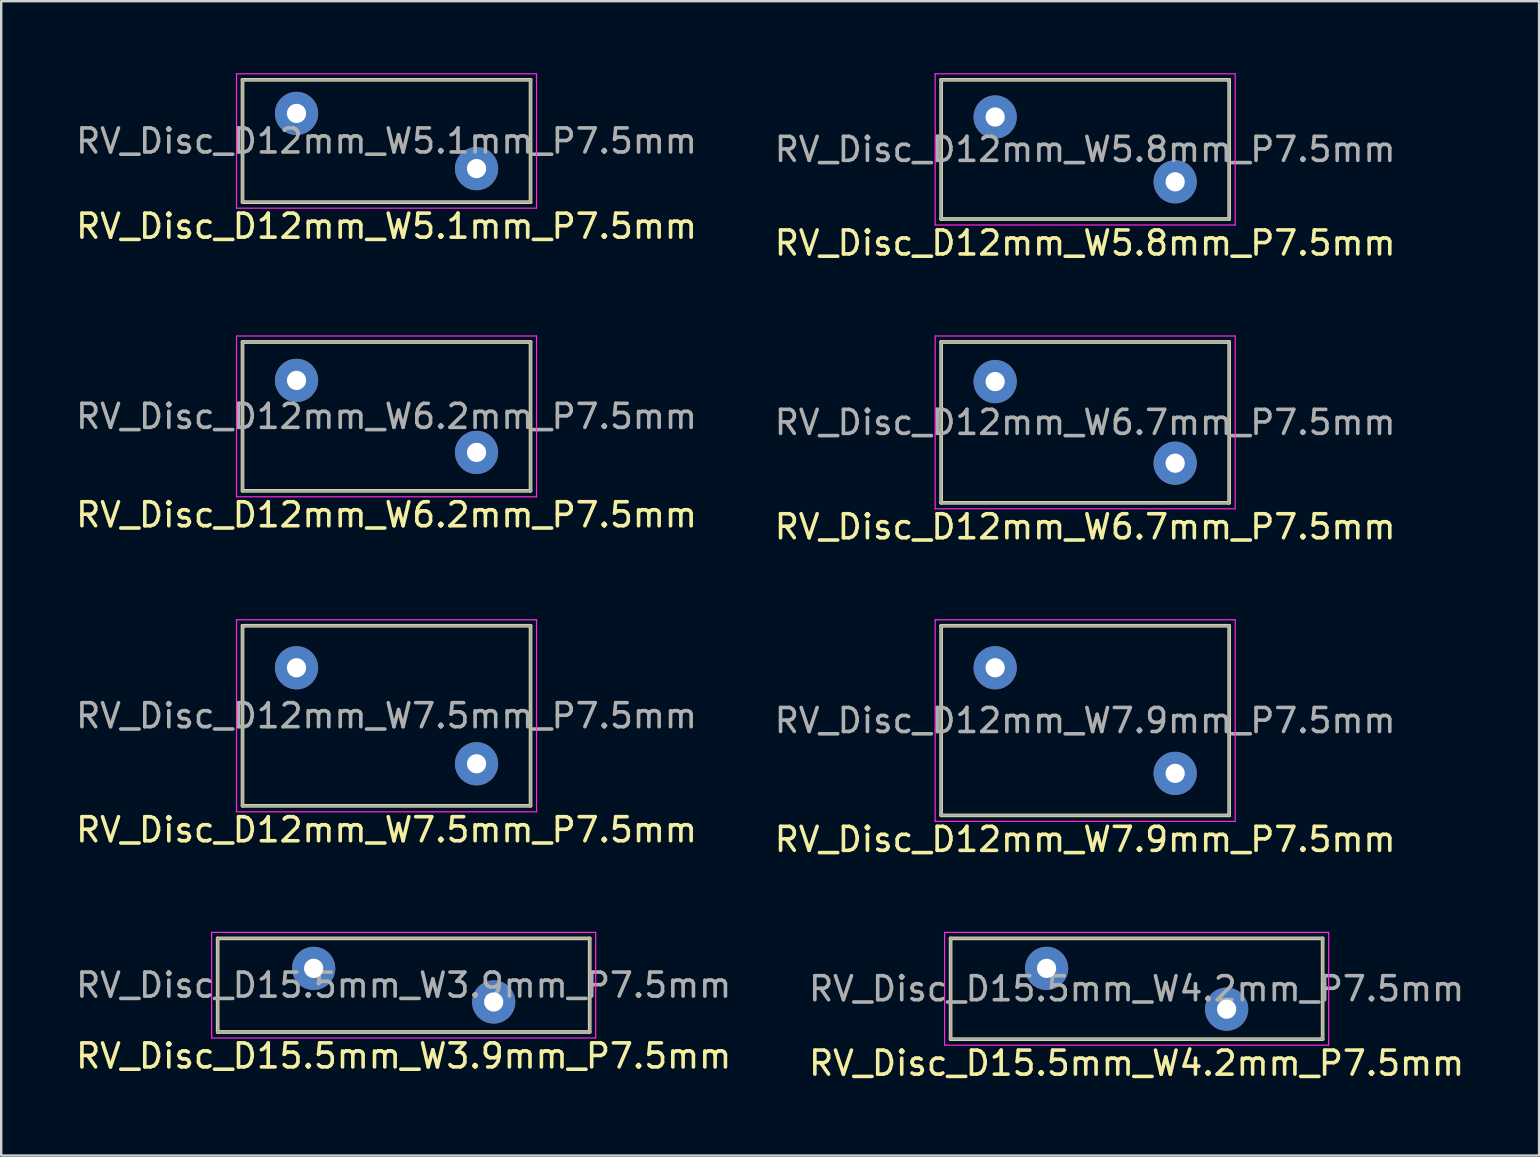
<source format=kicad_pcb>
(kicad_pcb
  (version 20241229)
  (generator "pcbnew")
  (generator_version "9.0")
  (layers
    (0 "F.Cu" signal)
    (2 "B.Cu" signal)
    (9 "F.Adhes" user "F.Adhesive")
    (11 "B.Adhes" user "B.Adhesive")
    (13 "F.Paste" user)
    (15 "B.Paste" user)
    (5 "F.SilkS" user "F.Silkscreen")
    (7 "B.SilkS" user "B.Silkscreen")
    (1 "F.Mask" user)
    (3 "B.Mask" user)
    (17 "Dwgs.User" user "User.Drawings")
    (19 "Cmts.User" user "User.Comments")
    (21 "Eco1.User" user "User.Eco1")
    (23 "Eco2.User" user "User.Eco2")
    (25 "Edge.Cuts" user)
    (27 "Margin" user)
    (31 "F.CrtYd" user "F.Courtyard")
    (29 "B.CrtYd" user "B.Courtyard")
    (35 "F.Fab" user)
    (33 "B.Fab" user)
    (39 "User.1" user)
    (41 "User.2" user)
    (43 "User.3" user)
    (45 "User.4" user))
  (footprint "RV_Disc_D12mm_W5.1mm_P7.5mm"
    (layer "F.Cu")
    (at 9.304 1.675)
    (property "Reference" "RV_Disc_D12mm_W5.1mm_P7.5mm" (at 3.75 4.7 0) (layer "F.SilkS") (effects (font (size 1 1) (thickness 0.15))))
    (attr through_hole)
    (fp_line (start -2.25 -1.4) (end -2.25 3.7) (stroke (width 0.15) (type solid)) (layer "F.SilkS"))
    (fp_line (start -2.25 -1.4) (end 9.75 -1.4) (stroke (width 0.15) (type solid)) (layer "F.SilkS"))
    (fp_line (start -2.25 3.7) (end 9.75 3.7) (stroke (width 0.15) (type solid)) (layer "F.SilkS"))
    (fp_line (start 9.75 -1.4) (end 9.75 3.7) (stroke (width 0.15) (type solid)) (layer "F.SilkS"))
    (fp_line (start -2.5 -1.65) (end -2.5 3.95) (stroke (width 0.05) (type solid)) (layer "F.CrtYd"))
    (fp_line (start -2.5 -1.65) (end 10 -1.65) (stroke (width 0.05) (type solid)) (layer "F.CrtYd"))
    (fp_line (start -2.5 3.95) (end 10 3.95) (stroke (width 0.05) (type solid)) (layer "F.CrtYd"))
    (fp_line (start 10 -1.65) (end 10 3.95) (stroke (width 0.05) (type solid)) (layer "F.CrtYd"))
    (fp_line (start -2.25 -1.4) (end -2.25 3.7) (stroke (width 0.1) (type solid)) (layer "F.Fab"))
    (fp_line (start -2.25 -1.4) (end 9.75 -1.4) (stroke (width 0.1) (type solid)) (layer "F.Fab"))
    (fp_line (start -2.25 3.7) (end 9.75 3.7) (stroke (width 0.1) (type solid)) (layer "F.Fab"))
    (fp_line (start 9.75 -1.4) (end 9.75 3.7) (stroke (width 0.1) (type solid)) (layer "F.Fab"))
    (fp_text user "${REFERENCE}" (at 3.75 1.15 0) (layer "F.Fab") (effects (font (size 1 1) (thickness 0.15))))
    (pad "1" thru_hole circle (at 0 0) (size 1.8 1.8) (drill 0.8) (layers "*.Cu" "*.Mask"))
    (pad "2" thru_hole circle (at 7.5 2.3) (size 1.8 1.8) (drill 0.8) (layers "*.Cu" "*.Mask")))
  (footprint "RV_Disc_D15.5mm_W3.9mm_P7.5mm"
    (layer "F.Cu")
    (at 10.018 37.295)
    (property "Reference" "RV_Disc_D15.5mm_W3.9mm_P7.5mm" (at 3.75 3.65 0) (layer "F.SilkS") (effects (font (size 1 1) (thickness 0.15))))
    (attr through_hole)
    (fp_line (start -4 -1.25) (end -4 2.65) (stroke (width 0.15) (type solid)) (layer "F.SilkS"))
    (fp_line (start -4 -1.25) (end 11.5 -1.25) (stroke (width 0.15) (type solid)) (layer "F.SilkS"))
    (fp_line (start -4 2.65) (end 11.5 2.65) (stroke (width 0.15) (type solid)) (layer "F.SilkS"))
    (fp_line (start 11.5 -1.25) (end 11.5 2.65) (stroke (width 0.15) (type solid)) (layer "F.SilkS"))
    (fp_line (start -4.25 -1.5) (end -4.25 2.9) (stroke (width 0.05) (type solid)) (layer "F.CrtYd"))
    (fp_line (start -4.25 -1.5) (end 11.75 -1.5) (stroke (width 0.05) (type solid)) (layer "F.CrtYd"))
    (fp_line (start -4.25 2.9) (end 11.75 2.9) (stroke (width 0.05) (type solid)) (layer "F.CrtYd"))
    (fp_line (start 11.75 -1.5) (end 11.75 2.9) (stroke (width 0.05) (type solid)) (layer "F.CrtYd"))
    (fp_line (start -4 -1.25) (end -4 2.65) (stroke (width 0.1) (type solid)) (layer "F.Fab"))
    (fp_line (start -4 -1.25) (end 11.5 -1.25) (stroke (width 0.1) (type solid)) (layer "F.Fab"))
    (fp_line (start -4 2.65) (end 11.5 2.65) (stroke (width 0.1) (type solid)) (layer "F.Fab"))
    (fp_line (start 11.5 -1.25) (end 11.5 2.65) (stroke (width 0.1) (type solid)) (layer "F.Fab"))
    (fp_text user "${REFERENCE}" (at 3.75 0.7 0) (layer "F.Fab") (effects (font (size 1 1) (thickness 0.15))))
    (pad "1" thru_hole circle (at 0 0) (size 1.8 1.8) (drill 0.8) (layers "*.Cu" "*.Mask"))
    (pad "2" thru_hole circle (at 7.5 1.4) (size 1.8 1.8) (drill 0.8) (layers "*.Cu" "*.Mask")))
  (footprint "RV_Disc_D12mm_W7.5mm_P7.5mm"
    (layer "F.Cu")
    (at 9.304 24.771)
    (property "Reference" "RV_Disc_D12mm_W7.5mm_P7.5mm" (at 3.75 6.75 0) (layer "F.SilkS") (effects (font (size 1 1) (thickness 0.15))))
    (attr through_hole)
    (fp_line (start -2.25 -1.75) (end -2.25 5.75) (stroke (width 0.15) (type solid)) (layer "F.SilkS"))
    (fp_line (start -2.25 -1.75) (end 9.75 -1.75) (stroke (width 0.15) (type solid)) (layer "F.SilkS"))
    (fp_line (start -2.25 5.75) (end 9.75 5.75) (stroke (width 0.15) (type solid)) (layer "F.SilkS"))
    (fp_line (start 9.75 -1.75) (end 9.75 5.75) (stroke (width 0.15) (type solid)) (layer "F.SilkS"))
    (fp_line (start -2.5 -2) (end -2.5 6) (stroke (width 0.05) (type solid)) (layer "F.CrtYd"))
    (fp_line (start -2.5 -2) (end 10 -2) (stroke (width 0.05) (type solid)) (layer "F.CrtYd"))
    (fp_line (start -2.5 6) (end 10 6) (stroke (width 0.05) (type solid)) (layer "F.CrtYd"))
    (fp_line (start 10 -2) (end 10 6) (stroke (width 0.05) (type solid)) (layer "F.CrtYd"))
    (fp_line (start -2.25 -1.75) (end -2.25 5.75) (stroke (width 0.1) (type solid)) (layer "F.Fab"))
    (fp_line (start -2.25 -1.75) (end 9.75 -1.75) (stroke (width 0.1) (type solid)) (layer "F.Fab"))
    (fp_line (start -2.25 5.75) (end 9.75 5.75) (stroke (width 0.1) (type solid)) (layer "F.Fab"))
    (fp_line (start 9.75 -1.75) (end 9.75 5.75) (stroke (width 0.1) (type solid)) (layer "F.Fab"))
    (fp_text user "${REFERENCE}" (at 3.75 2 0) (layer "F.Fab") (effects (font (size 1 1) (thickness 0.15))))
    (pad "1" thru_hole circle (at 0 0) (size 1.8 1.8) (drill 0.8) (layers "*.Cu" "*.Mask"))
    (pad "2" thru_hole circle (at 7.5 4) (size 1.8 1.8) (drill 0.8) (layers "*.Cu" "*.Mask")))
  (footprint "RV_Disc_D12mm_W6.2mm_P7.5mm"
    (layer "F.Cu")
    (at 9.304 12.798)
    (property "Reference" "RV_Disc_D12mm_W6.2mm_P7.5mm" (at 3.75 5.6 0) (layer "F.SilkS") (effects (font (size 1 1) (thickness 0.15))))
    (attr through_hole)
    (fp_line (start -2.25 -1.6) (end -2.25 4.6) (stroke (width 0.15) (type solid)) (layer "F.SilkS"))
    (fp_line (start -2.25 -1.6) (end 9.75 -1.6) (stroke (width 0.15) (type solid)) (layer "F.SilkS"))
    (fp_line (start -2.25 4.6) (end 9.75 4.6) (stroke (width 0.15) (type solid)) (layer "F.SilkS"))
    (fp_line (start 9.75 -1.6) (end 9.75 4.6) (stroke (width 0.15) (type solid)) (layer "F.SilkS"))
    (fp_line (start -2.5 -1.85) (end -2.5 4.85) (stroke (width 0.05) (type solid)) (layer "F.CrtYd"))
    (fp_line (start -2.5 -1.85) (end 10 -1.85) (stroke (width 0.05) (type solid)) (layer "F.CrtYd"))
    (fp_line (start -2.5 4.85) (end 10 4.85) (stroke (width 0.05) (type solid)) (layer "F.CrtYd"))
    (fp_line (start 10 -1.85) (end 10 4.85) (stroke (width 0.05) (type solid)) (layer "F.CrtYd"))
    (fp_line (start -2.25 -1.6) (end -2.25 4.6) (stroke (width 0.1) (type solid)) (layer "F.Fab"))
    (fp_line (start -2.25 -1.6) (end 9.75 -1.6) (stroke (width 0.1) (type solid)) (layer "F.Fab"))
    (fp_line (start -2.25 4.6) (end 9.75 4.6) (stroke (width 0.1) (type solid)) (layer "F.Fab"))
    (fp_line (start 9.75 -1.6) (end 9.75 4.6) (stroke (width 0.1) (type solid)) (layer "F.Fab"))
    (fp_text user "${REFERENCE}" (at 3.75 1.5 0) (layer "F.Fab") (effects (font (size 1 1) (thickness 0.15))))
    (pad "1" thru_hole circle (at 0 0) (size 1.8 1.8) (drill 0.8) (layers "*.Cu" "*.Mask"))
    (pad "2" thru_hole circle (at 7.5 3) (size 1.8 1.8) (drill 0.8) (layers "*.Cu" "*.Mask")))
  (footprint "RV_Disc_D12mm_W5.8mm_P7.5mm"
    (layer "F.Cu")
    (at 38.411 1.825)
    (property "Reference" "RV_Disc_D12mm_W5.8mm_P7.5mm" (at 3.75 5.25 0) (layer "F.SilkS") (effects (font (size 1 1) (thickness 0.15))))
    (attr through_hole)
    (fp_line (start -2.25 -1.55) (end -2.25 4.25) (stroke (width 0.15) (type solid)) (layer "F.SilkS"))
    (fp_line (start -2.25 -1.55) (end 9.75 -1.55) (stroke (width 0.15) (type solid)) (layer "F.SilkS"))
    (fp_line (start -2.25 4.25) (end 9.75 4.25) (stroke (width 0.15) (type solid)) (layer "F.SilkS"))
    (fp_line (start 9.75 -1.55) (end 9.75 4.25) (stroke (width 0.15) (type solid)) (layer "F.SilkS"))
    (fp_line (start -2.5 -1.8) (end -2.5 4.5) (stroke (width 0.05) (type solid)) (layer "F.CrtYd"))
    (fp_line (start -2.5 -1.8) (end 10 -1.8) (stroke (width 0.05) (type solid)) (layer "F.CrtYd"))
    (fp_line (start -2.5 4.5) (end 10 4.5) (stroke (width 0.05) (type solid)) (layer "F.CrtYd"))
    (fp_line (start 10 -1.8) (end 10 4.5) (stroke (width 0.05) (type solid)) (layer "F.CrtYd"))
    (fp_line (start -2.25 -1.55) (end -2.25 4.25) (stroke (width 0.1) (type solid)) (layer "F.Fab"))
    (fp_line (start -2.25 -1.55) (end 9.75 -1.55) (stroke (width 0.1) (type solid)) (layer "F.Fab"))
    (fp_line (start -2.25 4.25) (end 9.75 4.25) (stroke (width 0.1) (type solid)) (layer "F.Fab"))
    (fp_line (start 9.75 -1.55) (end 9.75 4.25) (stroke (width 0.1) (type solid)) (layer "F.Fab"))
    (fp_text user "${REFERENCE}" (at 3.75 1.35 0) (layer "F.Fab") (effects (font (size 1 1) (thickness 0.15))))
    (pad "1" thru_hole circle (at 0 0) (size 1.8 1.8) (drill 0.8) (layers "*.Cu" "*.Mask"))
    (pad "2" thru_hole circle (at 7.5 2.7) (size 1.8 1.8) (drill 0.8) (layers "*.Cu" "*.Mask")))
  (footprint "RV_Disc_D12mm_W6.7mm_P7.5mm"
    (layer "F.Cu")
    (at 38.411 12.848)
    (property "Reference" "RV_Disc_D12mm_W6.7mm_P7.5mm" (at 3.75 6.05 0) (layer "F.SilkS") (effects (font (size 1 1) (thickness 0.15))))
    (attr through_hole)
    (fp_line (start -2.25 -1.65) (end -2.25 5.05) (stroke (width 0.15) (type solid)) (layer "F.SilkS"))
    (fp_line (start -2.25 -1.65) (end 9.75 -1.65) (stroke (width 0.15) (type solid)) (layer "F.SilkS"))
    (fp_line (start -2.25 5.05) (end 9.75 5.05) (stroke (width 0.15) (type solid)) (layer "F.SilkS"))
    (fp_line (start 9.75 -1.65) (end 9.75 5.05) (stroke (width 0.15) (type solid)) (layer "F.SilkS"))
    (fp_line (start -2.5 -1.9) (end -2.5 5.3) (stroke (width 0.05) (type solid)) (layer "F.CrtYd"))
    (fp_line (start -2.5 -1.9) (end 10 -1.9) (stroke (width 0.05) (type solid)) (layer "F.CrtYd"))
    (fp_line (start -2.5 5.3) (end 10 5.3) (stroke (width 0.05) (type solid)) (layer "F.CrtYd"))
    (fp_line (start 10 -1.9) (end 10 5.3) (stroke (width 0.05) (type solid)) (layer "F.CrtYd"))
    (fp_line (start -2.25 -1.65) (end -2.25 5.05) (stroke (width 0.1) (type solid)) (layer "F.Fab"))
    (fp_line (start -2.25 -1.65) (end 9.75 -1.65) (stroke (width 0.1) (type solid)) (layer "F.Fab"))
    (fp_line (start -2.25 5.05) (end 9.75 5.05) (stroke (width 0.1) (type solid)) (layer "F.Fab"))
    (fp_line (start 9.75 -1.65) (end 9.75 5.05) (stroke (width 0.1) (type solid)) (layer "F.Fab"))
    (fp_text user "${REFERENCE}" (at 3.75 1.7 0) (layer "F.Fab") (effects (font (size 1 1) (thickness 0.15))))
    (pad "1" thru_hole circle (at 0 0) (size 1.8 1.8) (drill 0.8) (layers "*.Cu" "*.Mask"))
    (pad "2" thru_hole circle (at 7.5 3.4) (size 1.8 1.8) (drill 0.8) (layers "*.Cu" "*.Mask")))
  (footprint "RV_Disc_D12mm_W7.9mm_P7.5mm"
    (layer "F.Cu")
    (at 38.411 24.771)
    (property "Reference" "RV_Disc_D12mm_W7.9mm_P7.5mm" (at 3.75 7.15 0) (layer "F.SilkS") (effects (font (size 1 1) (thickness 0.15))))
    (attr through_hole)
    (fp_line (start -2.25 -1.75) (end -2.25 6.15) (stroke (width 0.15) (type solid)) (layer "F.SilkS"))
    (fp_line (start -2.25 -1.75) (end 9.75 -1.75) (stroke (width 0.15) (type solid)) (layer "F.SilkS"))
    (fp_line (start -2.25 6.15) (end 9.75 6.15) (stroke (width 0.15) (type solid)) (layer "F.SilkS"))
    (fp_line (start 9.75 -1.75) (end 9.75 6.15) (stroke (width 0.15) (type solid)) (layer "F.SilkS"))
    (fp_line (start -2.5 -2) (end -2.5 6.4) (stroke (width 0.05) (type solid)) (layer "F.CrtYd"))
    (fp_line (start -2.5 -2) (end 10 -2) (stroke (width 0.05) (type solid)) (layer "F.CrtYd"))
    (fp_line (start -2.5 6.4) (end 10 6.4) (stroke (width 0.05) (type solid)) (layer "F.CrtYd"))
    (fp_line (start 10 -2) (end 10 6.4) (stroke (width 0.05) (type solid)) (layer "F.CrtYd"))
    (fp_line (start -2.25 -1.75) (end -2.25 6.15) (stroke (width 0.1) (type solid)) (layer "F.Fab"))
    (fp_line (start -2.25 -1.75) (end 9.75 -1.75) (stroke (width 0.1) (type solid)) (layer "F.Fab"))
    (fp_line (start -2.25 6.15) (end 9.75 6.15) (stroke (width 0.1) (type solid)) (layer "F.Fab"))
    (fp_line (start 9.75 -1.75) (end 9.75 6.15) (stroke (width 0.1) (type solid)) (layer "F.Fab"))
    (fp_text user "${REFERENCE}" (at 3.75 2.2 0) (layer "F.Fab") (effects (font (size 1 1) (thickness 0.15))))
    (pad "1" thru_hole circle (at 0 0) (size 1.8 1.8) (drill 0.8) (layers "*.Cu" "*.Mask"))
    (pad "2" thru_hole circle (at 7.5 4.4) (size 1.8 1.8) (drill 0.8) (layers "*.Cu" "*.Mask")))
  (footprint "RV_Disc_D15.5mm_W4.2mm_P7.5mm"
    (layer "F.Cu")
    (at 40.554 37.295)
    (property "Reference" "RV_Disc_D15.5mm_W4.2mm_P7.5mm" (at 3.75 3.95 0) (layer "F.SilkS") (effects (font (size 1 1) (thickness 0.15))))
    (attr through_hole)
    (fp_line (start -4 -1.25) (end -4 2.95) (stroke (width 0.15) (type solid)) (layer "F.SilkS"))
    (fp_line (start -4 -1.25) (end 11.5 -1.25) (stroke (width 0.15) (type solid)) (layer "F.SilkS"))
    (fp_line (start -4 2.95) (end 11.5 2.95) (stroke (width 0.15) (type solid)) (layer "F.SilkS"))
    (fp_line (start 11.5 -1.25) (end 11.5 2.95) (stroke (width 0.15) (type solid)) (layer "F.SilkS"))
    (fp_line (start -4.25 -1.5) (end -4.25 3.2) (stroke (width 0.05) (type solid)) (layer "F.CrtYd"))
    (fp_line (start -4.25 -1.5) (end 11.75 -1.5) (stroke (width 0.05) (type solid)) (layer "F.CrtYd"))
    (fp_line (start -4.25 3.2) (end 11.75 3.2) (stroke (width 0.05) (type solid)) (layer "F.CrtYd"))
    (fp_line (start 11.75 -1.5) (end 11.75 3.2) (stroke (width 0.05) (type solid)) (layer "F.CrtYd"))
    (fp_line (start -4 -1.25) (end -4 2.95) (stroke (width 0.1) (type solid)) (layer "F.Fab"))
    (fp_line (start -4 -1.25) (end 11.5 -1.25) (stroke (width 0.1) (type solid)) (layer "F.Fab"))
    (fp_line (start -4 2.95) (end 11.5 2.95) (stroke (width 0.1) (type solid)) (layer "F.Fab"))
    (fp_line (start 11.5 -1.25) (end 11.5 2.95) (stroke (width 0.1) (type solid)) (layer "F.Fab"))
    (fp_text user "${REFERENCE}" (at 3.75 0.85 0) (layer "F.Fab") (effects (font (size 1 1) (thickness 0.15))))
    (pad "1" thru_hole circle (at 0 0) (size 1.8 1.8) (drill 0.8) (layers "*.Cu" "*.Mask"))
    (pad "2" thru_hole circle (at 7.5 1.7) (size 1.8 1.8) (drill 0.8) (layers "*.Cu" "*.Mask")))
  (gr_rect
    (start -3 -3)
    (end 61.071 45.093)
    (stroke (width 0.1) (type default))
    (fill no)
    (layer "Edge.Cuts")))
</source>
